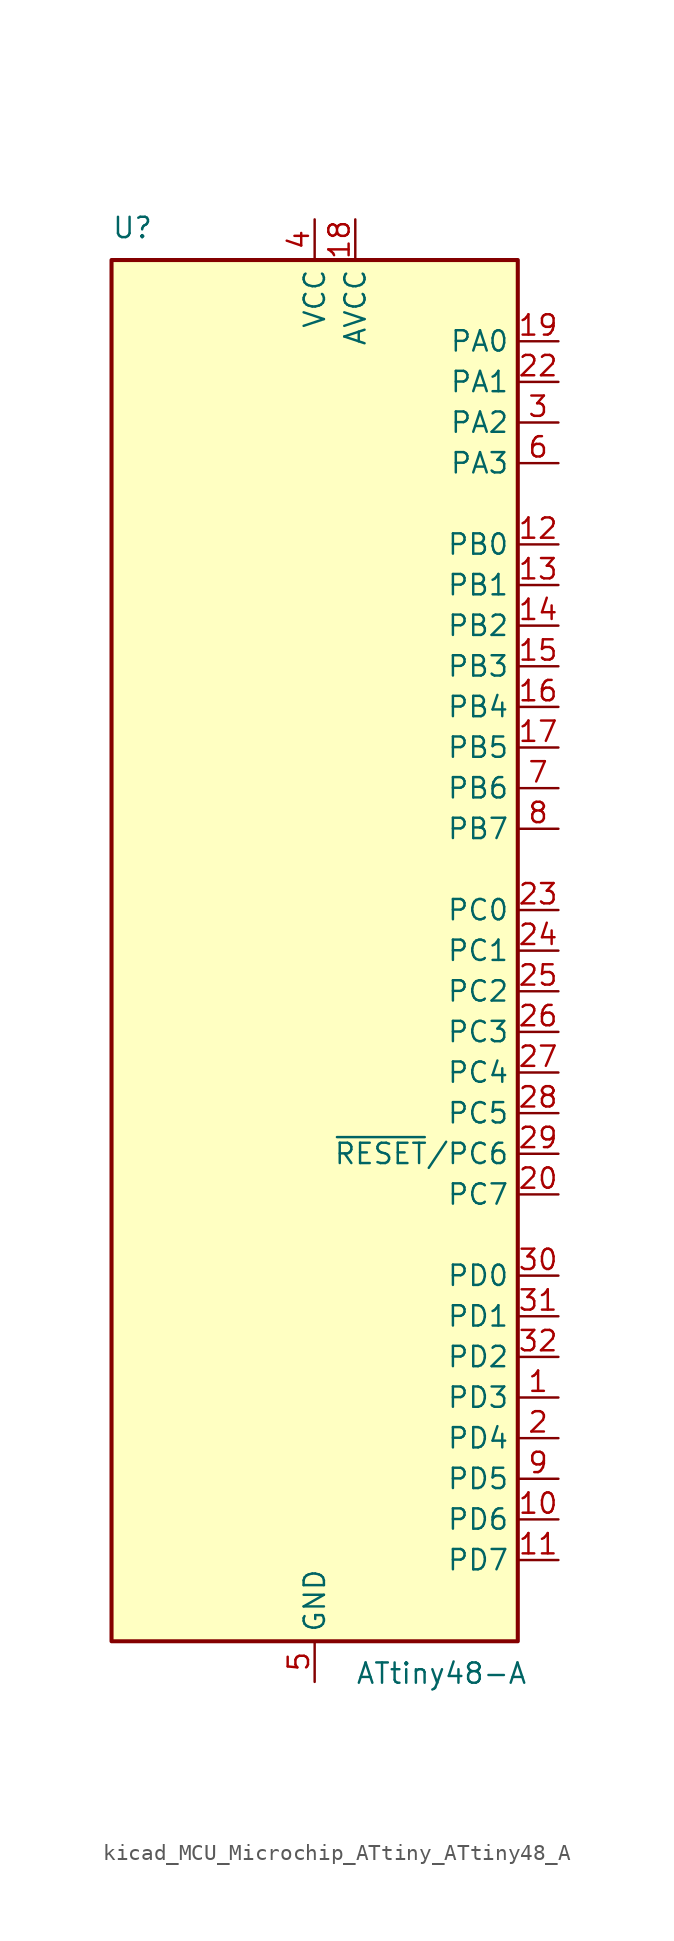
<source format=kicad_sym>
(kicad_symbol_lib
  (version 20220914)
  (generator kicad_symbol_editor)
  (symbol "kicad_MCU_Microchip_ATtiny_ATtiny48_A"
    (property "Reference" "U"
      (at -12.7 44.45 0)
      (effects (font (size 1.27 1.27)) (justify left bottom)))
    (property "Value" "ATtiny48-A"
      (at 2.54 -44.45 0)
      (effects (font (size 1.27 1.27)) (justify left top)))
    (symbol "kicad_MCU_Microchip_ATtiny_ATtiny48_A_0_1"
      (rectangle (start -12.7 -43.18) (end 12.7 43.18) (stroke (width 0.254) (type default)) (fill (type background))))
    (symbol "kicad_MCU_Microchip_ATtiny_ATtiny48_A_1_1"
      (pin bidirectional line (at 15.24 -27.94 180) (length 2.54) (name "PD3" (effects (font (size 1.27 1.27)))) (number "1" (effects (font (size 1.27 1.27)))))
      (pin bidirectional line (at 15.24 -35.56 180) (length 2.54) (name "PD6" (effects (font (size 1.27 1.27)))) (number "10" (effects (font (size 1.27 1.27)))))
      (pin bidirectional line (at 15.24 -38.1 180) (length 2.54) (name "PD7" (effects (font (size 1.27 1.27)))) (number "11" (effects (font (size 1.27 1.27)))))
      (pin bidirectional line (at 15.24 25.4 180) (length 2.54) (name "PB0" (effects (font (size 1.27 1.27)))) (number "12" (effects (font (size 1.27 1.27)))))
      (pin bidirectional line (at 15.24 22.86 180) (length 2.54) (name "PB1" (effects (font (size 1.27 1.27)))) (number "13" (effects (font (size 1.27 1.27)))))
      (pin bidirectional line (at 15.24 20.32 180) (length 2.54) (name "PB2" (effects (font (size 1.27 1.27)))) (number "14" (effects (font (size 1.27 1.27)))))
      (pin bidirectional line (at 15.24 17.78 180) (length 2.54) (name "PB3" (effects (font (size 1.27 1.27)))) (number "15" (effects (font (size 1.27 1.27)))))
      (pin bidirectional line (at 15.24 15.24 180) (length 2.54) (name "PB4" (effects (font (size 1.27 1.27)))) (number "16" (effects (font (size 1.27 1.27)))))
      (pin bidirectional line (at 15.24 12.7 180) (length 2.54) (name "PB5" (effects (font (size 1.27 1.27)))) (number "17" (effects (font (size 1.27 1.27)))))
      (pin power_in line (at 2.54 45.72 270) (length 2.54) (name "AVCC" (effects (font (size 1.27 1.27)))) (number "18" (effects (font (size 1.27 1.27)))))
      (pin bidirectional line (at 15.24 38.1 180) (length 2.54) (name "PA0" (effects (font (size 1.27 1.27)))) (number "19" (effects (font (size 1.27 1.27)))))
      (pin bidirectional line (at 15.24 -30.48 180) (length 2.54) (name "PD4" (effects (font (size 1.27 1.27)))) (number "2" (effects (font (size 1.27 1.27)))))
      (pin bidirectional line (at 15.24 -15.24 180) (length 2.54) (name "PC7" (effects (font (size 1.27 1.27)))) (number "20" (effects (font (size 1.27 1.27)))))
      (pin passive line (at 0 -45.72 90) (length 2.54) hide (name "GND" (effects (font (size 1.27 1.27)))) (number "21" (effects (font (size 1.27 1.27)))))
      (pin bidirectional line (at 15.24 35.56 180) (length 2.54) (name "PA1" (effects (font (size 1.27 1.27)))) (number "22" (effects (font (size 1.27 1.27)))))
      (pin bidirectional line (at 15.24 2.54 180) (length 2.54) (name "PC0" (effects (font (size 1.27 1.27)))) (number "23" (effects (font (size 1.27 1.27)))))
      (pin bidirectional line (at 15.24 0 180) (length 2.54) (name "PC1" (effects (font (size 1.27 1.27)))) (number "24" (effects (font (size 1.27 1.27)))))
      (pin bidirectional line (at 15.24 -2.54 180) (length 2.54) (name "PC2" (effects (font (size 1.27 1.27)))) (number "25" (effects (font (size 1.27 1.27)))))
      (pin bidirectional line (at 15.24 -5.08 180) (length 2.54) (name "PC3" (effects (font (size 1.27 1.27)))) (number "26" (effects (font (size 1.27 1.27)))))
      (pin bidirectional line (at 15.24 -7.62 180) (length 2.54) (name "PC4" (effects (font (size 1.27 1.27)))) (number "27" (effects (font (size 1.27 1.27)))))
      (pin bidirectional line (at 15.24 -10.16 180) (length 2.54) (name "PC5" (effects (font (size 1.27 1.27)))) (number "28" (effects (font (size 1.27 1.27)))))
      (pin bidirectional line (at 15.24 -12.7 180) (length 2.54) (name "~{RESET}/PC6" (effects (font (size 1.27 1.27)))) (number "29" (effects (font (size 1.27 1.27)))))
      (pin bidirectional line (at 15.24 33.02 180) (length 2.54) (name "PA2" (effects (font (size 1.27 1.27)))) (number "3" (effects (font (size 1.27 1.27)))))
      (pin bidirectional line (at 15.24 -20.32 180) (length 2.54) (name "PD0" (effects (font (size 1.27 1.27)))) (number "30" (effects (font (size 1.27 1.27)))))
      (pin bidirectional line (at 15.24 -22.86 180) (length 2.54) (name "PD1" (effects (font (size 1.27 1.27)))) (number "31" (effects (font (size 1.27 1.27)))))
      (pin bidirectional line (at 15.24 -25.4 180) (length 2.54) (name "PD2" (effects (font (size 1.27 1.27)))) (number "32" (effects (font (size 1.27 1.27)))))
      (pin power_in line (at 0 45.72 270) (length 2.54) (name "VCC" (effects (font (size 1.27 1.27)))) (number "4" (effects (font (size 1.27 1.27)))))
      (pin power_in line (at 0 -45.72 90) (length 2.54) (name "GND" (effects (font (size 1.27 1.27)))) (number "5" (effects (font (size 1.27 1.27)))))
      (pin bidirectional line (at 15.24 30.48 180) (length 2.54) (name "PA3" (effects (font (size 1.27 1.27)))) (number "6" (effects (font (size 1.27 1.27)))))
      (pin bidirectional line (at 15.24 10.16 180) (length 2.54) (name "PB6" (effects (font (size 1.27 1.27)))) (number "7" (effects (font (size 1.27 1.27)))))
      (pin bidirectional line (at 15.24 7.62 180) (length 2.54) (name "PB7" (effects (font (size 1.27 1.27)))) (number "8" (effects (font (size 1.27 1.27)))))
      (pin bidirectional line (at 15.24 -33.02 180) (length 2.54) (name "PD5" (effects (font (size 1.27 1.27)))) (number "9" (effects (font (size 1.27 1.27))))))))
</source>
